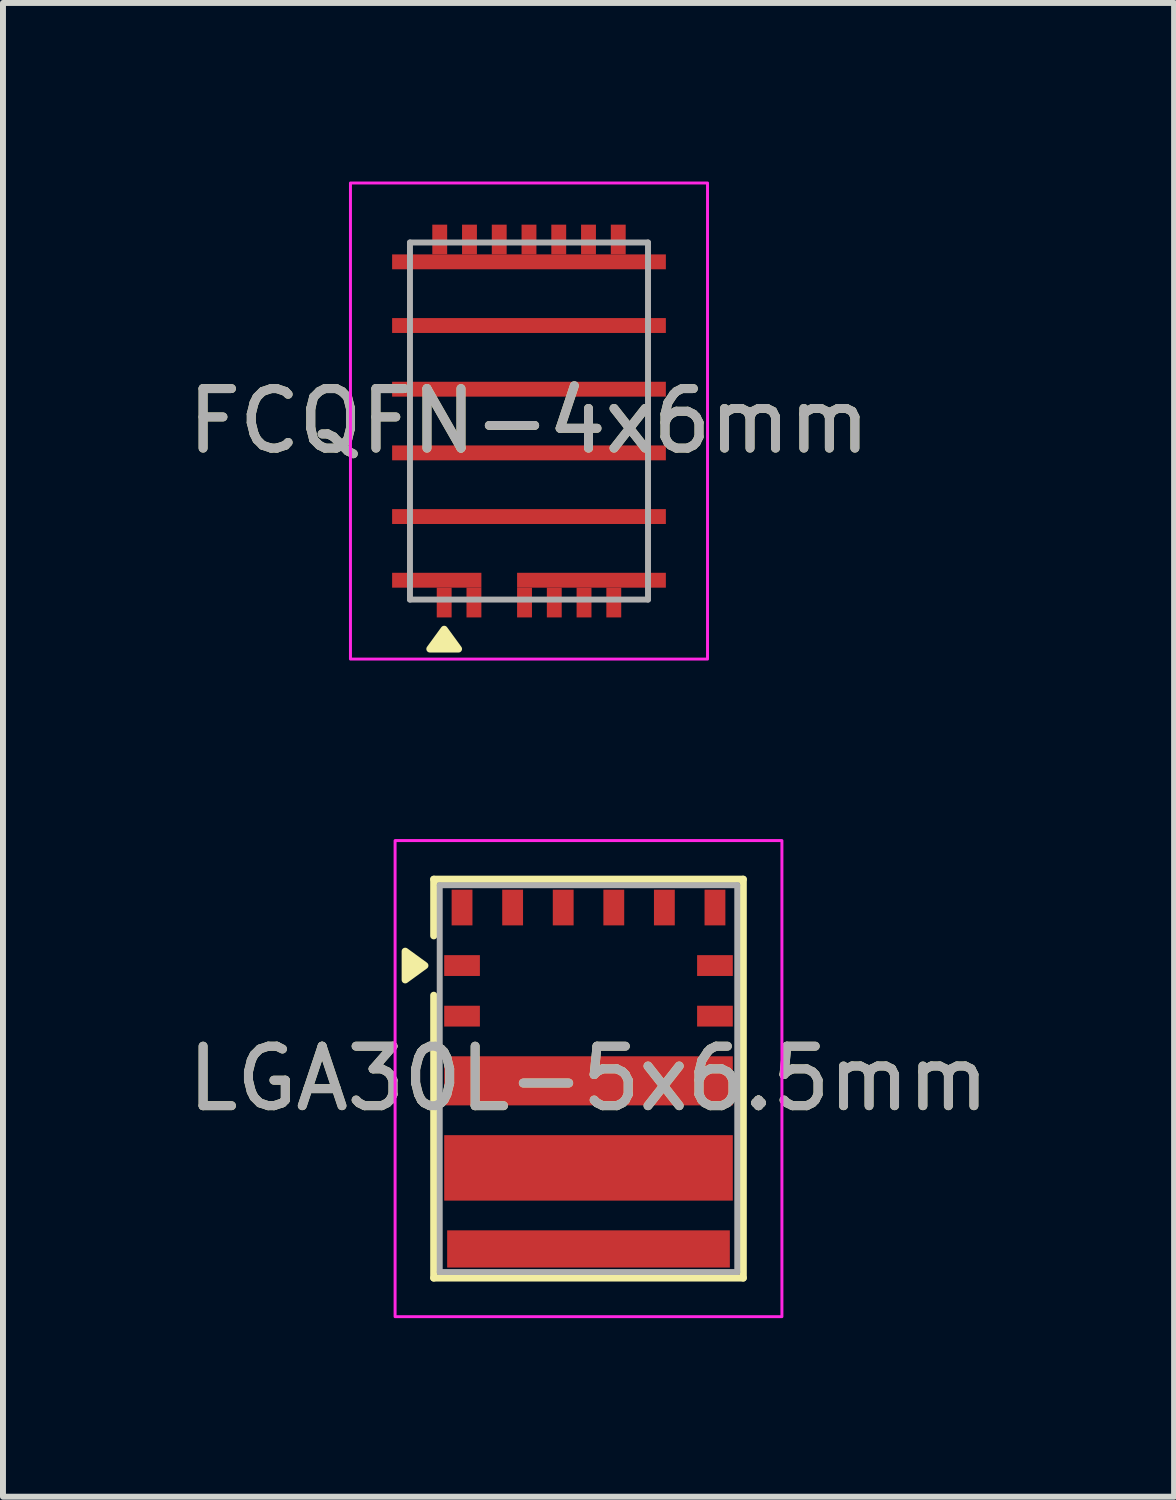
<source format=kicad_pcb>
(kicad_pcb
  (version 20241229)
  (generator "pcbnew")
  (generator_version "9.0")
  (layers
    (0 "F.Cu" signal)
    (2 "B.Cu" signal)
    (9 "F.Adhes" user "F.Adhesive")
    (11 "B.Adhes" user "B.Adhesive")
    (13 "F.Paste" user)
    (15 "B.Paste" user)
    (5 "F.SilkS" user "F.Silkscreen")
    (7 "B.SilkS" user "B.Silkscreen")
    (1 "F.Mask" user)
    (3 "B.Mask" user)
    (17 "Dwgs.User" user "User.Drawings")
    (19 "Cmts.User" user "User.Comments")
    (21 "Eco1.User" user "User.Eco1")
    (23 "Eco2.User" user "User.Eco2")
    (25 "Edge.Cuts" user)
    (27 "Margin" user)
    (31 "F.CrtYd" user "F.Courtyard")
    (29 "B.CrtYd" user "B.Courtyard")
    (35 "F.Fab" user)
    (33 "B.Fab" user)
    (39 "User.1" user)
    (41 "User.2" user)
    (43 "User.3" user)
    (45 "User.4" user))
  (footprint "FCQFN-4x6mm"
    (layer "F.Cu")
    (at 5.839 4.025)
    (property "Reference" "FCQFN-4x6mm" (at 0 0 0) (layer "F.SilkS") (effects (font (size 1 1) (thickness 0.15))))
    (attr smd)
    (fp_poly (pts (xy -1.425 3.5) (xy -1.185 3.83) (xy -1.665 3.83) (xy -1.425 3.5)) (stroke (width 0.12) (type solid)) (fill yes) (layer "F.SilkS"))
    (fp_rect (start -3 -4) (end 3 4) (stroke (width 0.05) (type default)) (fill no) (layer "F.CrtYd"))
    (fp_line (start -2 -3) (end 2 -3) (stroke (width 0.1) (type solid)) (layer "F.Fab"))
    (fp_line (start -2 3) (end -2 -3) (stroke (width 0.1) (type solid)) (layer "F.Fab"))
    (fp_line (start 2 -3) (end 2 3) (stroke (width 0.1) (type solid)) (layer "F.Fab"))
    (fp_line (start 2 3) (end -2 3) (stroke (width 0.1) (type solid)) (layer "F.Fab"))
    (fp_text user "${REFERENCE}" (at 0 0 0) (layer "F.Fab") (effects (font (size 1 1) (thickness 0.15))))
    (pad "D" smd rect (at -1.5 -3.05) (size 0.25 0.5) (layers "F.Cu" "F.Mask" "F.Paste"))
    (pad "D" smd rect (at -1 -3.05) (size 0.25 0.5) (layers "F.Cu" "F.Mask" "F.Paste"))
    (pad "D" smd rect (at -0.5 -3.05) (size 0.25 0.5) (layers "F.Cu" "F.Mask" "F.Paste"))
    (pad "D" smd rect (at 0 -3.05) (size 0.25 0.5) (layers "F.Cu" "F.Mask" "F.Paste"))
    (pad "D" smd rect (at 0 -2.675 90) (size 0.25 4.6) (layers "F.Cu" "F.Mask" "F.Paste"))
    (pad "D" smd rect (at 0 -0.535 90) (size 0.25 4.6) (layers "F.Cu" "F.Mask" "F.Paste"))
    (pad "D" smd rect (at 0 1.605 90) (size 0.25 4.6) (layers "F.Cu" "F.Mask" "F.Paste"))
    (pad "D" smd rect (at 0.5 -3.05) (size 0.25 0.5) (layers "F.Cu" "F.Mask" "F.Paste"))
    (pad "D" smd rect (at 1 -3.05) (size 0.25 0.5) (layers "F.Cu" "F.Mask" "F.Paste"))
    (pad "D" smd rect (at 1.5 -3.05) (size 0.25 0.5) (layers "F.Cu" "F.Mask" "F.Paste"))
    (pad "G" smd rect (at -1.55 2.675 90) (size 0.25 1.5) (layers "F.Cu" "F.Mask" "F.Paste"))
    (pad "G" smd rect (at -1.425 3.05) (size 0.25 0.5) (layers "F.Cu" "F.Mask" "F.Paste"))
    (pad "G" smd rect (at -0.925 3.05) (size 0.25 0.5) (layers "F.Cu" "F.Mask" "F.Paste"))
    (pad "S" smd rect (at -0.075 3.05) (size 0.25 0.5) (layers "F.Cu" "F.Mask" "F.Paste"))
    (pad "S" smd rect (at 0 -1.605 90) (size 0.25 4.6) (layers "F.Cu" "F.Mask" "F.Paste"))
    (pad "S" smd rect (at 0 0.535 90) (size 0.25 4.6) (layers "F.Cu" "F.Mask" "F.Paste"))
    (pad "S" smd rect (at 0.425 3.05) (size 0.25 0.5) (layers "F.Cu" "F.Mask" "F.Paste"))
    (pad "S" smd rect (at 0.925 3.05) (size 0.25 0.5) (layers "F.Cu" "F.Mask" "F.Paste"))
    (pad "S" smd rect (at 1.05 2.675 90) (size 0.25 2.5) (layers "F.Cu" "F.Mask" "F.Paste"))
    (pad "S" smd rect (at 1.425 3.05) (size 0.25 0.5) (layers "F.Cu" "F.Mask" "F.Paste")))
  (footprint "LGA30L-5x6.5mm"
    (layer "F.Cu")
    (at 6.839 15.075)
    (property "Reference" "LGA30L-5x6.5mm" (at 0 0 0) (layer "F.SilkS") (effects (font (size 1 1) (thickness 0.15))))
    (attr smd)
    (fp_line (start -2.6 -3.35) (end 2.6 -3.35) (stroke (width 0.12) (type solid)) (layer "F.SilkS"))
    (fp_line (start -2.6 -2.4) (end -2.6 -3.35) (stroke (width 0.12) (type solid)) (layer "F.SilkS"))
    (fp_line (start -2.6 3.35) (end -2.6 -1.4) (stroke (width 0.12) (type solid)) (layer "F.SilkS"))
    (fp_line (start 2.6 -3.35) (end 2.6 3.35) (stroke (width 0.12) (type solid)) (layer "F.SilkS"))
    (fp_line (start 2.6 3.35) (end -2.6 3.35) (stroke (width 0.12) (type solid)) (layer "F.SilkS"))
    (fp_poly (pts (xy -2.75 -1.9) (xy -3.08 -1.66) (xy -3.08 -2.14) (xy -2.75 -1.9)) (stroke (width 0.12) (type solid)) (fill yes) (layer "F.SilkS"))
    (fp_rect (start -3.25 -4) (end 3.25 4) (stroke (width 0.05) (type default)) (fill no) (layer "F.CrtYd"))
    (fp_line (start -2.5 -3.25) (end 2.5 -3.25) (stroke (width 0.1) (type solid)) (layer "F.Fab"))
    (fp_line (start -2.5 3.25) (end -2.5 -3.25) (stroke (width 0.1) (type solid)) (layer "F.Fab"))
    (fp_line (start 2.5 -3.25) (end 2.5 3.25) (stroke (width 0.1) (type solid)) (layer "F.Fab"))
    (fp_line (start 2.5 3.25) (end -2.5 3.25) (stroke (width 0.1) (type solid)) (layer "F.Fab"))
    (fp_text user "${REFERENCE}" (at 0 0 0) (layer "F.Fab") (effects (font (size 1 1) (thickness 0.15))))
    (pad "1" smd rect (at -2.125 -1.9 90) (size 0.35 0.6) (layers "F.Cu" "F.Mask" "F.Paste"))
    (pad "2" smd rect (at -2.125 -1.05 90) (size 0.35 0.6) (layers "F.Cu" "F.Mask" "F.Paste"))
    (pad "3" smd rect (at 0 0.037 90) (size 0.825 4.85) (layers "F.Cu" "F.Mask" "F.Paste"))
    (pad "5" smd rect (at 0 1.5 90) (size 1.1 4.85) (layers "F.Cu" "F.Mask" "F.Paste"))
    (pad "8" smd rect (at 0 2.862 90) (size 0.625 4.75) (layers "F.Cu" "F.Mask" "F.Paste"))
    (pad "23" smd rect (at 2.125 -1.05 90) (size 0.35 0.6) (layers "F.Cu" "F.Mask" "F.Paste"))
    (pad "24" smd rect (at 2.125 -1.9 90) (size 0.35 0.6) (layers "F.Cu" "F.Mask" "F.Paste"))
    (pad "25" smd rect (at 2.125 -2.875) (size 0.35 0.6) (layers "F.Cu" "F.Mask" "F.Paste"))
    (pad "26" smd rect (at 1.275 -2.875) (size 0.35 0.6) (layers "F.Cu" "F.Mask" "F.Paste"))
    (pad "27" smd rect (at 0.425 -2.875) (size 0.35 0.6) (layers "F.Cu" "F.Mask" "F.Paste"))
    (pad "28" smd rect (at -0.425 -2.875) (size 0.35 0.6) (layers "F.Cu" "F.Mask" "F.Paste"))
    (pad "29" smd rect (at -1.275 -2.875) (size 0.35 0.6) (layers "F.Cu" "F.Mask" "F.Paste"))
    (pad "30" smd rect (at -2.125 -2.875) (size 0.35 0.6) (layers "F.Cu" "F.Mask" "F.Paste")))
  (gr_rect
    (start -3 -3)
    (end 16.679 22.1)
    (stroke (width 0.1) (type default))
    (fill no)
    (layer "Edge.Cuts")))
</source>
